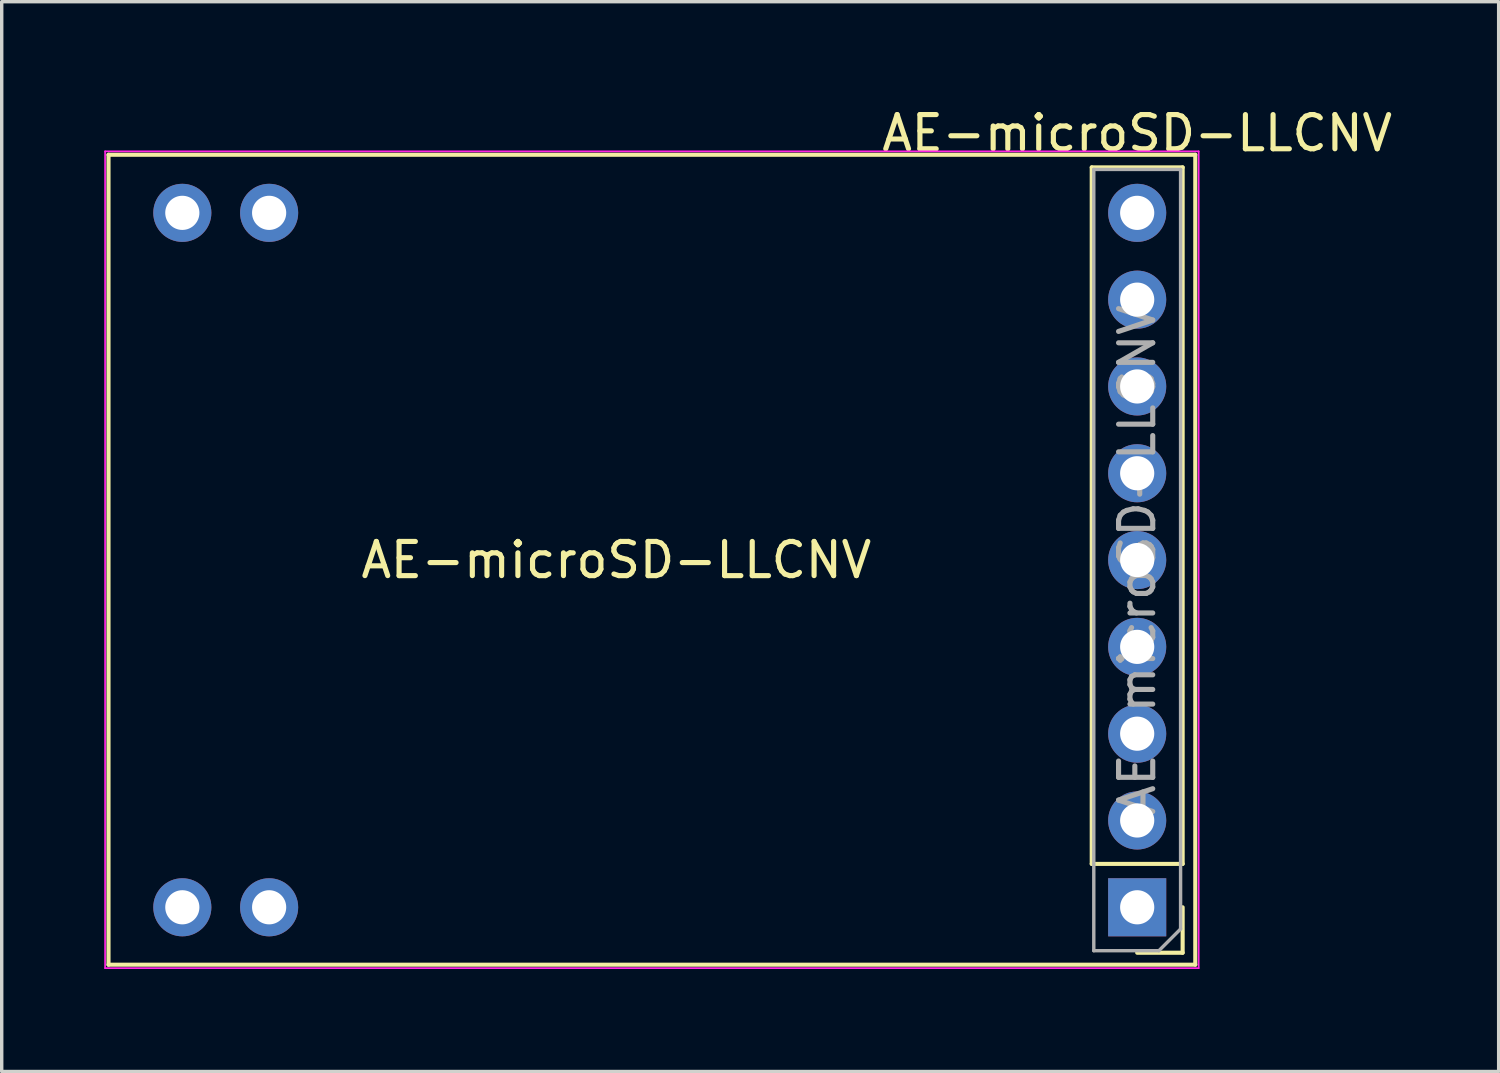
<source format=kicad_pcb>
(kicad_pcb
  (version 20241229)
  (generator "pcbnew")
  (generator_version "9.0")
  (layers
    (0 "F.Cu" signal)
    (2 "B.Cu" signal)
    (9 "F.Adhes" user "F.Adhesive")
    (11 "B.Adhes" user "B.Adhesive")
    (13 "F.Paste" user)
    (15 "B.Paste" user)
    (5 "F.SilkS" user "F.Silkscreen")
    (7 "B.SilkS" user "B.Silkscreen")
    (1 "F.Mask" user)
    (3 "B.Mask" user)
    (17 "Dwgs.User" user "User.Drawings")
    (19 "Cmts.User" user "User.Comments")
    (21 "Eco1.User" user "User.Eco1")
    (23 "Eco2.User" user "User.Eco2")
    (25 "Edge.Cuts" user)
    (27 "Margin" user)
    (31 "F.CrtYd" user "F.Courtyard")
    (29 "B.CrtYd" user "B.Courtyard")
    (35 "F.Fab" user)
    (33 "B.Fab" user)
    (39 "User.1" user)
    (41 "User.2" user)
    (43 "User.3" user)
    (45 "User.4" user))
  (footprint "AE-microSD-LLCNV"
    (layer "F.Cu")
    (at 30.225 3.178)
    (property "Reference" "AE-microSD-LLCNV" (at 0 -2.33 0) (layer "F.SilkS") (effects (font (size 1 1) (thickness 0.15))))
    (attr through_hole)
    (fp_line (start -30.1 -1.7) (end -30.1 22) (stroke (width 0.12) (type solid)) (layer "F.SilkS"))
    (fp_line (start -30.1 22) (end 1.7 22) (stroke (width 0.12) (type solid)) (layer "F.SilkS"))
    (fp_line (start -1.33 19.05) (end -1.33 -1.33) (stroke (width 0.12) (type solid)) (layer "F.SilkS"))
    (fp_line (start 1.33 -1.33) (end -1.33 -1.33) (stroke (width 0.12) (type solid)) (layer "F.SilkS"))
    (fp_line (start 1.33 19.05) (end -1.33 19.05) (stroke (width 0.12) (type solid)) (layer "F.SilkS"))
    (fp_line (start 1.33 19.05) (end 1.33 -1.33) (stroke (width 0.12) (type solid)) (layer "F.SilkS"))
    (fp_line (start 1.33 20.32) (end 1.33 21.65) (stroke (width 0.12) (type solid)) (layer "F.SilkS"))
    (fp_line (start 1.33 21.65) (end 0 21.65) (stroke (width 0.12) (type solid)) (layer "F.SilkS"))
    (fp_line (start 1.7 -1.7) (end -30.1 -1.7) (stroke (width 0.12) (type solid)) (layer "F.SilkS"))
    (fp_line (start 1.7 22) (end 1.7 -1.7) (stroke (width 0.12) (type solid)) (layer "F.SilkS"))
    (fp_line (start -30.2 -1.8) (end -30.2 22.1) (stroke (width 0.05) (type solid)) (layer "F.CrtYd"))
    (fp_line (start -30.2 22.1) (end 1.8 22.1) (stroke (width 0.05) (type solid)) (layer "F.CrtYd"))
    (fp_line (start 1.8 -1.8) (end -30.2 -1.8) (stroke (width 0.05) (type solid)) (layer "F.CrtYd"))
    (fp_line (start 1.8 22.1) (end 1.8 -1.8) (stroke (width 0.05) (type solid)) (layer "F.CrtYd"))
    (fp_line (start -1.27 -1.27) (end 1.27 -1.27) (stroke (width 0.1) (type solid)) (layer "F.Fab"))
    (fp_line (start -1.27 21.59) (end -1.27 -1.27) (stroke (width 0.1) (type solid)) (layer "F.Fab"))
    (fp_line (start 0.635 21.59) (end -1.27 21.59) (stroke (width 0.1) (type solid)) (layer "F.Fab"))
    (fp_line (start 1.27 -1.27) (end 1.27 20.955) (stroke (width 0.1) (type solid)) (layer "F.Fab"))
    (fp_line (start 1.27 20.955) (end 0.635 21.59) (stroke (width 0.1) (type solid)) (layer "F.Fab"))
    (fp_text user "AE-microSD-LLCNV" (at -15.24 10.16 0) (layer "F.SilkS") (effects (font (size 1 1) (thickness 0.15))))
    (fp_text user "${REFERENCE}" (at 0 10.16 270) (layer "F.Fab") (effects (font (size 1 1) (thickness 0.15))))
    (pad "" thru_hole oval (at -27.94 0) (size 1.7 1.7) (drill 1) (layers "*.Cu" "*.Mask"))
    (pad "" thru_hole oval (at -27.94 20.32) (size 1.7 1.7) (drill 1) (layers "*.Cu" "*.Mask"))
    (pad "" thru_hole oval (at -25.4 0) (size 1.7 1.7) (drill 1) (layers "*.Cu" "*.Mask"))
    (pad "" thru_hole oval (at -25.4 20.32) (size 1.7 1.7) (drill 1) (layers "*.Cu" "*.Mask"))
    (pad "1" thru_hole rect (at 0 20.32 180) (size 1.7 1.7) (drill 1) (layers "*.Cu" "*.Mask"))
    (pad "2" thru_hole oval (at 0 17.78 180) (size 1.7 1.7) (drill 1) (layers "*.Cu" "*.Mask"))
    (pad "3" thru_hole oval (at 0 15.24 180) (size 1.7 1.7) (drill 1) (layers "*.Cu" "*.Mask"))
    (pad "4" thru_hole oval (at 0 12.7 180) (size 1.7 1.7) (drill 1) (layers "*.Cu" "*.Mask"))
    (pad "5" thru_hole oval (at 0 10.16 180) (size 1.7 1.7) (drill 1) (layers "*.Cu" "*.Mask"))
    (pad "6" thru_hole oval (at 0 7.62 180) (size 1.7 1.7) (drill 1) (layers "*.Cu" "*.Mask"))
    (pad "7" thru_hole oval (at 0 5.08 180) (size 1.7 1.7) (drill 1) (layers "*.Cu" "*.Mask"))
    (pad "8" thru_hole oval (at 0 2.54 180) (size 1.7 1.7) (drill 1) (layers "*.Cu" "*.Mask"))
    (pad "9" thru_hole oval (at 0 0 180) (size 1.7 1.7) (drill 1) (layers "*.Cu" "*.Mask")))
  (gr_rect
    (start -3 -3)
    (end 40.802 28.303)
    (stroke (width 0.1) (type default))
    (fill no)
    (layer "Edge.Cuts")))
</source>
